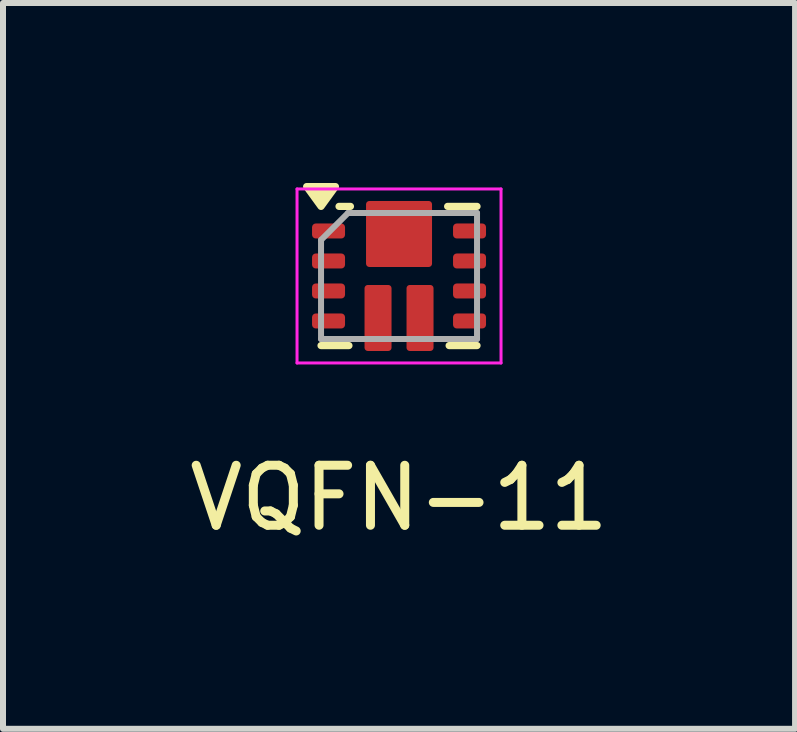
<source format=kicad_pcb>
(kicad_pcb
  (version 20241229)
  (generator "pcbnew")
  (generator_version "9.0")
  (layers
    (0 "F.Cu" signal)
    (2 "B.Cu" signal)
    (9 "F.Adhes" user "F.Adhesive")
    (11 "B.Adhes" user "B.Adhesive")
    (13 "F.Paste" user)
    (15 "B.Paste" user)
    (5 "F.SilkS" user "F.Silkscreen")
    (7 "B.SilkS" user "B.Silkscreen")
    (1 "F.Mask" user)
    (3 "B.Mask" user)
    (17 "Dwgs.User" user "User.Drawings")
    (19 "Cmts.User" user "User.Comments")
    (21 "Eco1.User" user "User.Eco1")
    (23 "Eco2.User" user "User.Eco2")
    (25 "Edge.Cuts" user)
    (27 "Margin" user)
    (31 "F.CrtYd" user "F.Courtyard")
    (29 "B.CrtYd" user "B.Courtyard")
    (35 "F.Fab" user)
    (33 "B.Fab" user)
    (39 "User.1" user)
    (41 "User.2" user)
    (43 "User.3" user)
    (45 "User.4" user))
  (footprint "VQFN-11"
    (layer "F.Cu")
    (at 3.601 1.55)
    (property "Reference" "VQFN-11" (at 0 3.7 0) (layer "F.SilkS") (effects (font (size 1 1) (thickness 0.15))))
    (attr smd)
    (fp_arc (start -0.2 -0.77) (mid -0.270711 -0.799289) (end -0.3 -0.87) (stroke (width 0.1) (type default)) (layer "F.Mask"))
    (fp_arc (start 0.3 -0.87) (mid 0.270711 -0.799289) (end 0.2 -0.77) (stroke (width 0.1) (type default)) (layer "F.Mask"))
    (fp_line (start -1.3 1.16) (end -0.835 1.16) (stroke (width 0.12) (type solid)) (layer "F.SilkS"))
    (fp_line (start -1 -1.16) (end -0.81 -1.16) (stroke (width 0.12) (type solid)) (layer "F.SilkS"))
    (fp_line (start 0.81 -1.16) (end 1.3 -1.16) (stroke (width 0.12) (type solid)) (layer "F.SilkS"))
    (fp_line (start 0.835 1.16) (end 1.3 1.16) (stroke (width 0.12) (type solid)) (layer "F.SilkS"))
    (fp_poly (pts (xy -1.3 -1.16) (xy -1.54 -1.49) (xy -1.06 -1.49) (xy -1.3 -1.16)) (stroke (width 0.12) (type solid)) (fill yes) (layer "F.SilkS"))
    (fp_line (start -1.7 -1.45) (end -1.7 1.45) (stroke (width 0.05) (type solid)) (layer "F.CrtYd"))
    (fp_line (start -1.7 -1.45) (end 1.7 -1.45) (stroke (width 0.05) (type solid)) (layer "F.CrtYd"))
    (fp_line (start -1.7 1.45) (end 1.7 1.45) (stroke (width 0.05) (type solid)) (layer "F.CrtYd"))
    (fp_line (start 1.7 -1.45) (end 1.7 1.45) (stroke (width 0.05) (type solid)) (layer "F.CrtYd"))
    (fp_line (start -1.3 -0.6) (end -1.3 1.05) (stroke (width 0.1) (type solid)) (layer "F.Fab"))
    (fp_line (start -1.3 1.05) (end 1.3 1.05) (stroke (width 0.1) (type solid)) (layer "F.Fab"))
    (fp_line (start -0.85 -1.05) (end -1.3 -0.6) (stroke (width 0.1) (type default)) (layer "F.Fab"))
    (fp_line (start -0.85 -1.05) (end 1.3 -1.05) (stroke (width 0.1) (type solid)) (layer "F.Fab"))
    (fp_line (start 1.3 -1.05) (end 1.3 1.05) (stroke (width 0.1) (type solid)) (layer "F.Fab"))
    (pad "" smd roundrect (at -0.375 -1.06) (size 0.25 0.28) (layers "F.Paste") (roundrect_rratio 0.1))
    (pad "" smd roundrect (at -0.375 -0.7) (size 0.25 1) (layers "F.Mask") (roundrect_rratio 0.15))
    (pad "" smd roundrect (at -0.35 0.74) (size 0.35 0.92) (layers "F.Paste") (roundrect_rratio 0.1))
    (pad "" smd roundrect (at 0 -0.51) (size 1 0.62) (layers "F.Mask") (roundrect_rratio 0.1))
    (pad "" smd roundrect (at 0 -0.46) (size 1 0.52) (layers "F.Paste") (roundrect_rratio 0.1))
    (pad "" smd roundrect (at 0.35 0.74) (size 0.35 0.92) (layers "F.Paste") (roundrect_rratio 0.1))
    (pad "" smd roundrect (at 0.375 -1.06) (size 0.25 0.28) (layers "F.Paste") (roundrect_rratio 0.1))
    (pad "" smd roundrect (at 0.375 -0.7) (size 0.25 1) (layers "F.Mask") (roundrect_rratio 0.15))
    (pad "1" smd roundrect (at -1.175 -0.75) (size 0.55 0.25) (layers "F.Cu" "F.Mask" "F.Paste") (roundrect_rratio 0.25))
    (pad "2" smd roundrect (at -1.175 -0.25) (size 0.55 0.25) (layers "F.Cu" "F.Mask" "F.Paste") (roundrect_rratio 0.25))
    (pad "3" smd roundrect (at -1.175 0.25) (size 0.55 0.25) (layers "F.Cu" "F.Mask" "F.Paste") (roundrect_rratio 0.25))
    (pad "4" smd roundrect (at -1.175 0.75) (size 0.55 0.25) (layers "F.Cu" "F.Mask" "F.Paste") (roundrect_rratio 0.25))
    (pad "5" smd roundrect (at -0.35 0.7) (size 0.45 1.1) (layers "F.Cu" "F.Mask") (roundrect_rratio 0.12))
    (pad "6" smd roundrect (at 0.35 0.7) (size 0.45 1.1) (layers "F.Cu" "F.Mask") (roundrect_rratio 0.12))
    (pad "7" smd roundrect (at 1.175 0.75 180) (size 0.55 0.25) (layers "F.Cu" "F.Mask" "F.Paste") (roundrect_rratio 0.25))
    (pad "8" smd roundrect (at 1.175 0.25 180) (size 0.55 0.25) (layers "F.Cu" "F.Mask" "F.Paste") (roundrect_rratio 0.25))
    (pad "9" smd roundrect (at 1.175 -0.25 180) (size 0.55 0.25) (layers "F.Cu" "F.Mask" "F.Paste") (roundrect_rratio 0.25))
    (pad "10" smd roundrect (at 1.175 -0.75 180) (size 0.55 0.25) (layers "F.Cu" "F.Mask" "F.Paste") (roundrect_rratio 0.25))
    (pad "11" smd roundrect (at 0 -0.7) (size 1.1 1.1) (layers "F.Cu") (roundrect_rratio 0.05)))
  (gr_rect
    (start -3 -3)
    (end 10.202 9.098)
    (stroke (width 0.1) (type default))
    (fill no)
    (layer "Edge.Cuts")))
</source>
